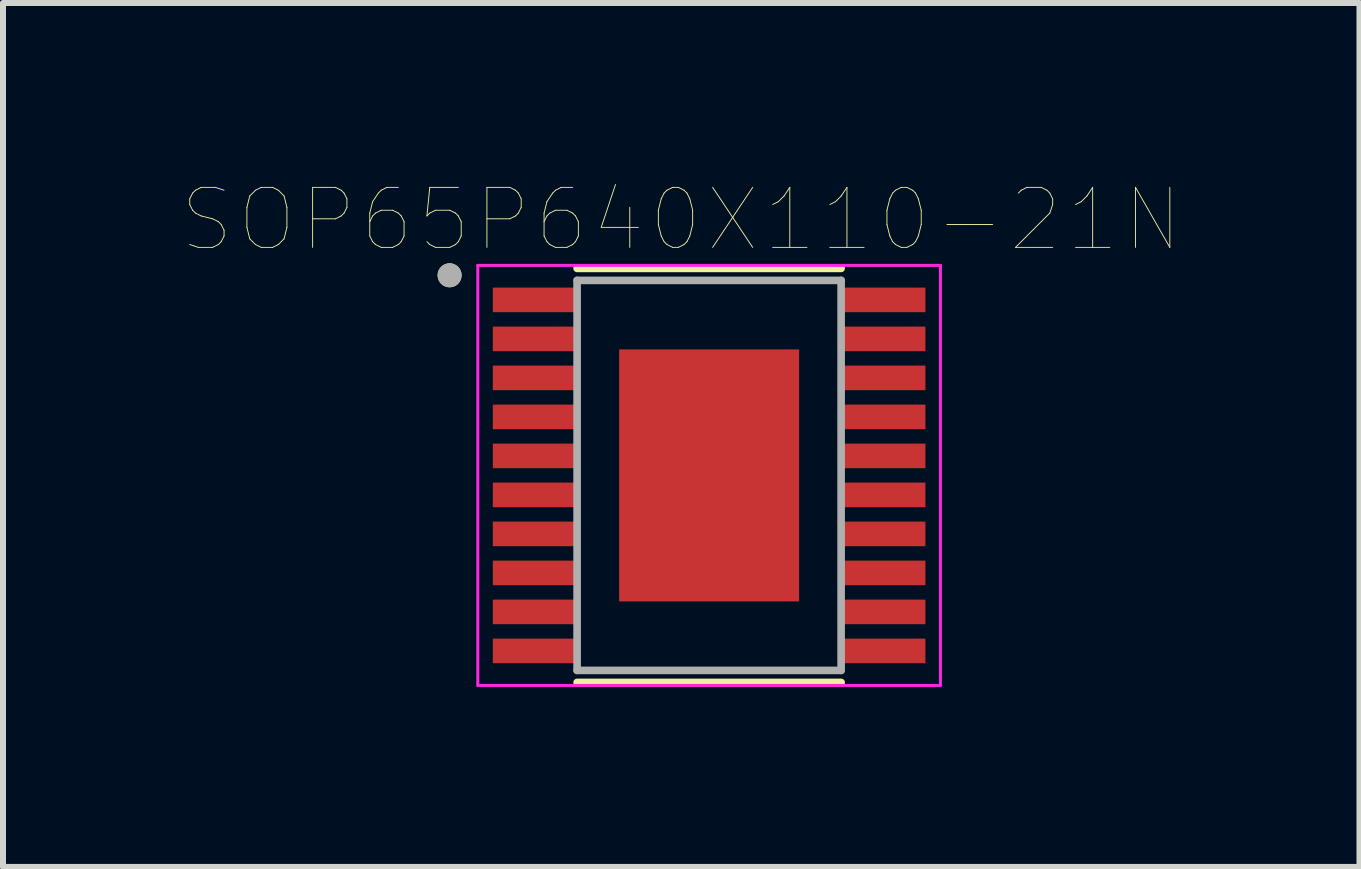
<source format=kicad_pcb>
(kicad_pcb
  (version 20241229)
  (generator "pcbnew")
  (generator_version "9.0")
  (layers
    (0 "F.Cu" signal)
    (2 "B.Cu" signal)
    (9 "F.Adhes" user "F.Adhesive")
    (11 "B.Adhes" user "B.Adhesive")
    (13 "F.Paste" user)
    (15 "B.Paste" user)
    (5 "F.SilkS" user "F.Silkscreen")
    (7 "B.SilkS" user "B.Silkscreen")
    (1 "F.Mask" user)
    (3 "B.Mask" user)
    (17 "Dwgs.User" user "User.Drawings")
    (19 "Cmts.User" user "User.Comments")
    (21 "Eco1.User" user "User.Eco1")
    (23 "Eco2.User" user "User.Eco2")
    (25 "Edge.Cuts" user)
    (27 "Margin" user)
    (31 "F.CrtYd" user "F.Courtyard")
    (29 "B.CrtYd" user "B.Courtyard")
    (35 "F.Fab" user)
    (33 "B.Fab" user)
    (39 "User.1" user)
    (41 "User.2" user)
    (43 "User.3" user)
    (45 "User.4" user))
  (footprint "SOP65P640X110-21N"
    (layer "F.Cu")
    (at 8.768 4.873)
    (property "Reference" "SOP65P640X110-21N" (at -0.465 -4.262 0) (layer "F.SilkS") (effects (font (size 1 1) (thickness 0.015))))
    (attr through_hole)
    (fp_line (start -2.2 -3.45) (end 2.2 -3.45) (stroke (width 0.127) (type solid)) (layer "F.SilkS"))
    (fp_line (start -2.2 3.45) (end 2.2 3.45) (stroke (width 0.127) (type solid)) (layer "F.SilkS"))
    (fp_circle (center -4.325 -3.335) (end -4.225 -3.335) (stroke (width 0.2) (type solid)) (fill no) (layer "F.SilkS"))
    (fp_poly (pts (xy -0.75 -1.05) (xy 0.75 -1.05) (xy 0.75 1.05) (xy -0.75 1.05)) (stroke (width 0.01) (type solid)) (fill yes) (layer "F.Paste"))
    (fp_line (start -3.855 -3.5) (end -3.855 3.5) (stroke (width 0.05) (type solid)) (layer "F.CrtYd"))
    (fp_line (start -3.855 -3.5) (end 3.855 -3.5) (stroke (width 0.05) (type solid)) (layer "F.CrtYd"))
    (fp_line (start -3.855 3.5) (end 3.855 3.5) (stroke (width 0.05) (type solid)) (layer "F.CrtYd"))
    (fp_line (start 3.855 -3.5) (end 3.855 3.5) (stroke (width 0.05) (type solid)) (layer "F.CrtYd"))
    (fp_line (start -2.2 -3.25) (end -2.2 3.25) (stroke (width 0.127) (type solid)) (layer "F.Fab"))
    (fp_line (start -2.2 -3.25) (end 2.2 -3.25) (stroke (width 0.127) (type solid)) (layer "F.Fab"))
    (fp_line (start -2.2 3.25) (end 2.2 3.25) (stroke (width 0.127) (type solid)) (layer "F.Fab"))
    (fp_line (start 2.2 -3.25) (end 2.2 3.25) (stroke (width 0.127) (type solid)) (layer "F.Fab"))
    (fp_circle (center -4.325 -3.335) (end -4.225 -3.335) (stroke (width 0.2) (type solid)) (fill no) (layer "F.Fab"))
    (pad "1" smd rect (at -2.885 -2.925) (size 1.44 0.41) (layers "F.Cu" "F.Mask" "F.Paste"))
    (pad "2" smd rect (at -2.885 -2.275) (size 1.44 0.41) (layers "F.Cu" "F.Mask" "F.Paste"))
    (pad "3" smd rect (at -2.885 -1.625) (size 1.44 0.41) (layers "F.Cu" "F.Mask" "F.Paste"))
    (pad "4" smd rect (at -2.885 -0.975) (size 1.44 0.41) (layers "F.Cu" "F.Mask" "F.Paste"))
    (pad "5" smd rect (at -2.885 -0.325) (size 1.44 0.41) (layers "F.Cu" "F.Mask" "F.Paste"))
    (pad "6" smd rect (at -2.885 0.325) (size 1.44 0.41) (layers "F.Cu" "F.Mask" "F.Paste"))
    (pad "7" smd rect (at -2.885 0.975) (size 1.44 0.41) (layers "F.Cu" "F.Mask" "F.Paste"))
    (pad "8" smd rect (at -2.885 1.625) (size 1.44 0.41) (layers "F.Cu" "F.Mask" "F.Paste"))
    (pad "9" smd rect (at -2.885 2.275) (size 1.44 0.41) (layers "F.Cu" "F.Mask" "F.Paste"))
    (pad "10" smd rect (at -2.885 2.925) (size 1.44 0.41) (layers "F.Cu" "F.Mask" "F.Paste"))
    (pad "11" smd rect (at 2.885 2.925) (size 1.44 0.41) (layers "F.Cu" "F.Mask" "F.Paste"))
    (pad "12" smd rect (at 2.885 2.275) (size 1.44 0.41) (layers "F.Cu" "F.Mask" "F.Paste"))
    (pad "13" smd rect (at 2.885 1.625) (size 1.44 0.41) (layers "F.Cu" "F.Mask" "F.Paste"))
    (pad "14" smd rect (at 2.885 0.975) (size 1.44 0.41) (layers "F.Cu" "F.Mask" "F.Paste"))
    (pad "15" smd rect (at 2.885 0.325) (size 1.44 0.41) (layers "F.Cu" "F.Mask" "F.Paste"))
    (pad "16" smd rect (at 2.885 -0.325) (size 1.44 0.41) (layers "F.Cu" "F.Mask" "F.Paste"))
    (pad "17" smd rect (at 2.885 -0.975) (size 1.44 0.41) (layers "F.Cu" "F.Mask" "F.Paste"))
    (pad "18" smd rect (at 2.885 -1.625) (size 1.44 0.41) (layers "F.Cu" "F.Mask" "F.Paste"))
    (pad "19" smd rect (at 2.885 -2.275) (size 1.44 0.41) (layers "F.Cu" "F.Mask" "F.Paste"))
    (pad "20" smd rect (at 2.885 -2.925) (size 1.44 0.41) (layers "F.Cu" "F.Mask" "F.Paste"))
    (pad "21" smd rect (at 0 0) (size 3 4.2) (layers "F.Cu" "F.Mask")))
  (gr_rect
    (start -3 -3)
    (end 19.607 11.398)
    (stroke (width 0.1) (type default))
    (fill no)
    (layer "Edge.Cuts")))
</source>
